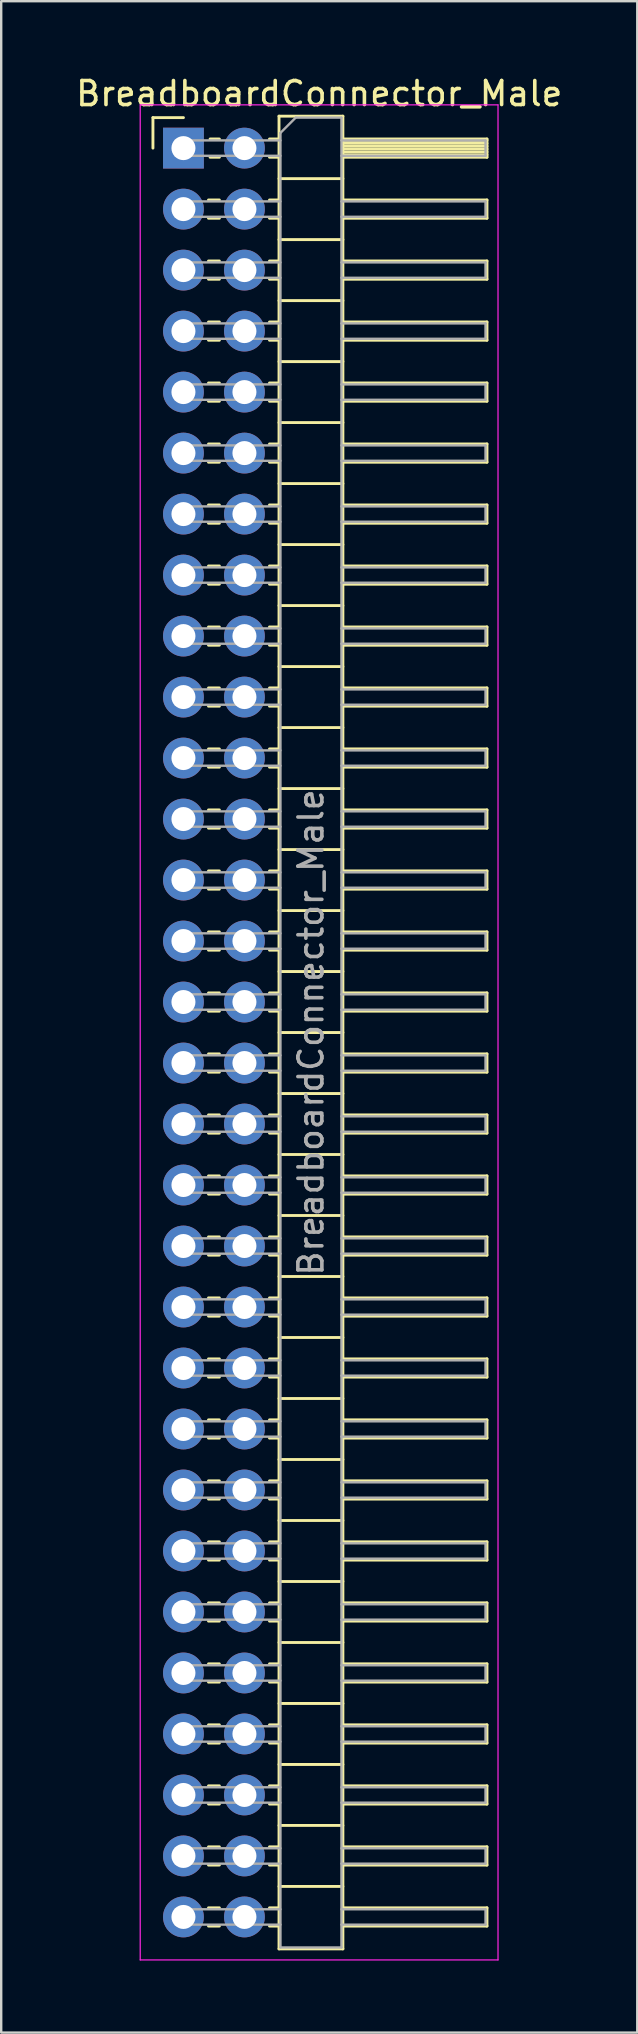
<source format=kicad_pcb>
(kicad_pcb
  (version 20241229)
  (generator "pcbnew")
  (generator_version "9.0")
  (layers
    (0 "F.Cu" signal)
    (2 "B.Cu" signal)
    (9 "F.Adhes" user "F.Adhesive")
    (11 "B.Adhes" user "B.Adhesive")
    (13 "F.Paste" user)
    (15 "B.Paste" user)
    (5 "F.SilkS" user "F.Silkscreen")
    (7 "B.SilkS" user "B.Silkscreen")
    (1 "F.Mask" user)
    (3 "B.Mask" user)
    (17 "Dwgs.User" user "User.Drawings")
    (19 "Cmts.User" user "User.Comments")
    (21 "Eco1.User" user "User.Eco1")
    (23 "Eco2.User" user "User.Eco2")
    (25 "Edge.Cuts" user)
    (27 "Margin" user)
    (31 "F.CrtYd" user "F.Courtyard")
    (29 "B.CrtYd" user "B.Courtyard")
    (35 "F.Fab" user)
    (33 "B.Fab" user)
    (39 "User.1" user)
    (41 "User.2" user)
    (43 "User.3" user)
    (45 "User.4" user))
  (footprint "BreadboardConnector_Male"
    (layer "F.Cu")
    (at 4.589 3.118)
    (property "Reference" "BreadboardConnector_Male" (at 5.655 -2.27 0) (layer "F.SilkS") (effects (font (size 1 1) (thickness 0.15))))
    (attr through_hole)
    (fp_line (start -1.27 -1.27) (end 0 -1.27) (stroke (width 0.12) (type solid)) (layer "F.SilkS"))
    (fp_line (start -1.27 0) (end -1.27 -1.27) (stroke (width 0.12) (type solid)) (layer "F.SilkS"))
    (fp_line (start 1.043 2.16) (end 1.497 2.16) (stroke (width 0.12) (type solid)) (layer "F.SilkS"))
    (fp_line (start 1.043 2.92) (end 1.497 2.92) (stroke (width 0.12) (type solid)) (layer "F.SilkS"))
    (fp_line (start 1.043 4.7) (end 1.497 4.7) (stroke (width 0.12) (type solid)) (layer "F.SilkS"))
    (fp_line (start 1.043 5.46) (end 1.497 5.46) (stroke (width 0.12) (type solid)) (layer "F.SilkS"))
    (fp_line (start 1.043 7.24) (end 1.497 7.24) (stroke (width 0.12) (type solid)) (layer "F.SilkS"))
    (fp_line (start 1.043 8) (end 1.497 8) (stroke (width 0.12) (type solid)) (layer "F.SilkS"))
    (fp_line (start 1.043 9.78) (end 1.497 9.78) (stroke (width 0.12) (type solid)) (layer "F.SilkS"))
    (fp_line (start 1.043 10.54) (end 1.497 10.54) (stroke (width 0.12) (type solid)) (layer "F.SilkS"))
    (fp_line (start 1.043 12.32) (end 1.497 12.32) (stroke (width 0.12) (type solid)) (layer "F.SilkS"))
    (fp_line (start 1.043 13.08) (end 1.497 13.08) (stroke (width 0.12) (type solid)) (layer "F.SilkS"))
    (fp_line (start 1.043 14.86) (end 1.497 14.86) (stroke (width 0.12) (type solid)) (layer "F.SilkS"))
    (fp_line (start 1.043 15.62) (end 1.497 15.62) (stroke (width 0.12) (type solid)) (layer "F.SilkS"))
    (fp_line (start 1.043 17.4) (end 1.497 17.4) (stroke (width 0.12) (type solid)) (layer "F.SilkS"))
    (fp_line (start 1.043 18.16) (end 1.497 18.16) (stroke (width 0.12) (type solid)) (layer "F.SilkS"))
    (fp_line (start 1.043 19.94) (end 1.497 19.94) (stroke (width 0.12) (type solid)) (layer "F.SilkS"))
    (fp_line (start 1.043 20.7) (end 1.497 20.7) (stroke (width 0.12) (type solid)) (layer "F.SilkS"))
    (fp_line (start 1.043 22.48) (end 1.497 22.48) (stroke (width 0.12) (type solid)) (layer "F.SilkS"))
    (fp_line (start 1.043 23.24) (end 1.497 23.24) (stroke (width 0.12) (type solid)) (layer "F.SilkS"))
    (fp_line (start 1.043 25.02) (end 1.497 25.02) (stroke (width 0.12) (type solid)) (layer "F.SilkS"))
    (fp_line (start 1.043 25.78) (end 1.497 25.78) (stroke (width 0.12) (type solid)) (layer "F.SilkS"))
    (fp_line (start 1.043 27.56) (end 1.497 27.56) (stroke (width 0.12) (type solid)) (layer "F.SilkS"))
    (fp_line (start 1.043 28.32) (end 1.497 28.32) (stroke (width 0.12) (type solid)) (layer "F.SilkS"))
    (fp_line (start 1.043 30.1) (end 1.497 30.1) (stroke (width 0.12) (type solid)) (layer "F.SilkS"))
    (fp_line (start 1.043 30.86) (end 1.497 30.86) (stroke (width 0.12) (type solid)) (layer "F.SilkS"))
    (fp_line (start 1.043 32.64) (end 1.497 32.64) (stroke (width 0.12) (type solid)) (layer "F.SilkS"))
    (fp_line (start 1.043 33.4) (end 1.497 33.4) (stroke (width 0.12) (type solid)) (layer "F.SilkS"))
    (fp_line (start 1.043 35.18) (end 1.497 35.18) (stroke (width 0.12) (type solid)) (layer "F.SilkS"))
    (fp_line (start 1.043 35.94) (end 1.497 35.94) (stroke (width 0.12) (type solid)) (layer "F.SilkS"))
    (fp_line (start 1.043 37.72) (end 1.497 37.72) (stroke (width 0.12) (type solid)) (layer "F.SilkS"))
    (fp_line (start 1.043 38.48) (end 1.497 38.48) (stroke (width 0.12) (type solid)) (layer "F.SilkS"))
    (fp_line (start 1.043 40.26) (end 1.497 40.26) (stroke (width 0.12) (type solid)) (layer "F.SilkS"))
    (fp_line (start 1.043 41.02) (end 1.497 41.02) (stroke (width 0.12) (type solid)) (layer "F.SilkS"))
    (fp_line (start 1.043 42.8) (end 1.497 42.8) (stroke (width 0.12) (type solid)) (layer "F.SilkS"))
    (fp_line (start 1.043 43.56) (end 1.497 43.56) (stroke (width 0.12) (type solid)) (layer "F.SilkS"))
    (fp_line (start 1.043 45.34) (end 1.497 45.34) (stroke (width 0.12) (type solid)) (layer "F.SilkS"))
    (fp_line (start 1.043 46.1) (end 1.497 46.1) (stroke (width 0.12) (type solid)) (layer "F.SilkS"))
    (fp_line (start 1.043 47.88) (end 1.497 47.88) (stroke (width 0.12) (type solid)) (layer "F.SilkS"))
    (fp_line (start 1.043 48.64) (end 1.497 48.64) (stroke (width 0.12) (type solid)) (layer "F.SilkS"))
    (fp_line (start 1.043 50.42) (end 1.497 50.42) (stroke (width 0.12) (type solid)) (layer "F.SilkS"))
    (fp_line (start 1.043 51.18) (end 1.497 51.18) (stroke (width 0.12) (type solid)) (layer "F.SilkS"))
    (fp_line (start 1.043 52.96) (end 1.497 52.96) (stroke (width 0.12) (type solid)) (layer "F.SilkS"))
    (fp_line (start 1.043 53.72) (end 1.497 53.72) (stroke (width 0.12) (type solid)) (layer "F.SilkS"))
    (fp_line (start 1.043 55.5) (end 1.497 55.5) (stroke (width 0.12) (type solid)) (layer "F.SilkS"))
    (fp_line (start 1.043 56.26) (end 1.497 56.26) (stroke (width 0.12) (type solid)) (layer "F.SilkS"))
    (fp_line (start 1.043 58.04) (end 1.497 58.04) (stroke (width 0.12) (type solid)) (layer "F.SilkS"))
    (fp_line (start 1.043 58.8) (end 1.497 58.8) (stroke (width 0.12) (type solid)) (layer "F.SilkS"))
    (fp_line (start 1.043 60.58) (end 1.497 60.58) (stroke (width 0.12) (type solid)) (layer "F.SilkS"))
    (fp_line (start 1.043 61.34) (end 1.497 61.34) (stroke (width 0.12) (type solid)) (layer "F.SilkS"))
    (fp_line (start 1.043 63.12) (end 1.497 63.12) (stroke (width 0.12) (type solid)) (layer "F.SilkS"))
    (fp_line (start 1.043 63.88) (end 1.497 63.88) (stroke (width 0.12) (type solid)) (layer "F.SilkS"))
    (fp_line (start 1.043 65.66) (end 1.497 65.66) (stroke (width 0.12) (type solid)) (layer "F.SilkS"))
    (fp_line (start 1.043 66.42) (end 1.497 66.42) (stroke (width 0.12) (type solid)) (layer "F.SilkS"))
    (fp_line (start 1.043 68.2) (end 1.497 68.2) (stroke (width 0.12) (type solid)) (layer "F.SilkS"))
    (fp_line (start 1.043 68.96) (end 1.497 68.96) (stroke (width 0.12) (type solid)) (layer "F.SilkS"))
    (fp_line (start 1.043 70.74) (end 1.497 70.74) (stroke (width 0.12) (type solid)) (layer "F.SilkS"))
    (fp_line (start 1.043 71.5) (end 1.497 71.5) (stroke (width 0.12) (type solid)) (layer "F.SilkS"))
    (fp_line (start 1.043 73.28) (end 1.497 73.28) (stroke (width 0.12) (type solid)) (layer "F.SilkS"))
    (fp_line (start 1.043 74.04) (end 1.497 74.04) (stroke (width 0.12) (type solid)) (layer "F.SilkS"))
    (fp_line (start 1.11 -0.38) (end 1.497 -0.38) (stroke (width 0.12) (type solid)) (layer "F.SilkS"))
    (fp_line (start 1.11 0.38) (end 1.497 0.38) (stroke (width 0.12) (type solid)) (layer "F.SilkS"))
    (fp_line (start 3.583 -0.38) (end 3.98 -0.38) (stroke (width 0.12) (type solid)) (layer "F.SilkS"))
    (fp_line (start 3.583 0.38) (end 3.98 0.38) (stroke (width 0.12) (type solid)) (layer "F.SilkS"))
    (fp_line (start 3.583 2.16) (end 3.98 2.16) (stroke (width 0.12) (type solid)) (layer "F.SilkS"))
    (fp_line (start 3.583 2.92) (end 3.98 2.92) (stroke (width 0.12) (type solid)) (layer "F.SilkS"))
    (fp_line (start 3.583 4.7) (end 3.98 4.7) (stroke (width 0.12) (type solid)) (layer "F.SilkS"))
    (fp_line (start 3.583 5.46) (end 3.98 5.46) (stroke (width 0.12) (type solid)) (layer "F.SilkS"))
    (fp_line (start 3.583 7.24) (end 3.98 7.24) (stroke (width 0.12) (type solid)) (layer "F.SilkS"))
    (fp_line (start 3.583 8) (end 3.98 8) (stroke (width 0.12) (type solid)) (layer "F.SilkS"))
    (fp_line (start 3.583 9.78) (end 3.98 9.78) (stroke (width 0.12) (type solid)) (layer "F.SilkS"))
    (fp_line (start 3.583 10.54) (end 3.98 10.54) (stroke (width 0.12) (type solid)) (layer "F.SilkS"))
    (fp_line (start 3.583 12.32) (end 3.98 12.32) (stroke (width 0.12) (type solid)) (layer "F.SilkS"))
    (fp_line (start 3.583 13.08) (end 3.98 13.08) (stroke (width 0.12) (type solid)) (layer "F.SilkS"))
    (fp_line (start 3.583 14.86) (end 3.98 14.86) (stroke (width 0.12) (type solid)) (layer "F.SilkS"))
    (fp_line (start 3.583 15.62) (end 3.98 15.62) (stroke (width 0.12) (type solid)) (layer "F.SilkS"))
    (fp_line (start 3.583 17.4) (end 3.98 17.4) (stroke (width 0.12) (type solid)) (layer "F.SilkS"))
    (fp_line (start 3.583 18.16) (end 3.98 18.16) (stroke (width 0.12) (type solid)) (layer "F.SilkS"))
    (fp_line (start 3.583 19.94) (end 3.98 19.94) (stroke (width 0.12) (type solid)) (layer "F.SilkS"))
    (fp_line (start 3.583 20.7) (end 3.98 20.7) (stroke (width 0.12) (type solid)) (layer "F.SilkS"))
    (fp_line (start 3.583 22.48) (end 3.98 22.48) (stroke (width 0.12) (type solid)) (layer "F.SilkS"))
    (fp_line (start 3.583 23.24) (end 3.98 23.24) (stroke (width 0.12) (type solid)) (layer "F.SilkS"))
    (fp_line (start 3.583 25.02) (end 3.98 25.02) (stroke (width 0.12) (type solid)) (layer "F.SilkS"))
    (fp_line (start 3.583 25.78) (end 3.98 25.78) (stroke (width 0.12) (type solid)) (layer "F.SilkS"))
    (fp_line (start 3.583 27.56) (end 3.98 27.56) (stroke (width 0.12) (type solid)) (layer "F.SilkS"))
    (fp_line (start 3.583 28.32) (end 3.98 28.32) (stroke (width 0.12) (type solid)) (layer "F.SilkS"))
    (fp_line (start 3.583 30.1) (end 3.98 30.1) (stroke (width 0.12) (type solid)) (layer "F.SilkS"))
    (fp_line (start 3.583 30.86) (end 3.98 30.86) (stroke (width 0.12) (type solid)) (layer "F.SilkS"))
    (fp_line (start 3.583 32.64) (end 3.98 32.64) (stroke (width 0.12) (type solid)) (layer "F.SilkS"))
    (fp_line (start 3.583 33.4) (end 3.98 33.4) (stroke (width 0.12) (type solid)) (layer "F.SilkS"))
    (fp_line (start 3.583 35.18) (end 3.98 35.18) (stroke (width 0.12) (type solid)) (layer "F.SilkS"))
    (fp_line (start 3.583 35.94) (end 3.98 35.94) (stroke (width 0.12) (type solid)) (layer "F.SilkS"))
    (fp_line (start 3.583 37.72) (end 3.98 37.72) (stroke (width 0.12) (type solid)) (layer "F.SilkS"))
    (fp_line (start 3.583 38.48) (end 3.98 38.48) (stroke (width 0.12) (type solid)) (layer "F.SilkS"))
    (fp_line (start 3.583 40.26) (end 3.98 40.26) (stroke (width 0.12) (type solid)) (layer "F.SilkS"))
    (fp_line (start 3.583 41.02) (end 3.98 41.02) (stroke (width 0.12) (type solid)) (layer "F.SilkS"))
    (fp_line (start 3.583 42.8) (end 3.98 42.8) (stroke (width 0.12) (type solid)) (layer "F.SilkS"))
    (fp_line (start 3.583 43.56) (end 3.98 43.56) (stroke (width 0.12) (type solid)) (layer "F.SilkS"))
    (fp_line (start 3.583 45.34) (end 3.98 45.34) (stroke (width 0.12) (type solid)) (layer "F.SilkS"))
    (fp_line (start 3.583 46.1) (end 3.98 46.1) (stroke (width 0.12) (type solid)) (layer "F.SilkS"))
    (fp_line (start 3.583 47.88) (end 3.98 47.88) (stroke (width 0.12) (type solid)) (layer "F.SilkS"))
    (fp_line (start 3.583 48.64) (end 3.98 48.64) (stroke (width 0.12) (type solid)) (layer "F.SilkS"))
    (fp_line (start 3.583 50.42) (end 3.98 50.42) (stroke (width 0.12) (type solid)) (layer "F.SilkS"))
    (fp_line (start 3.583 51.18) (end 3.98 51.18) (stroke (width 0.12) (type solid)) (layer "F.SilkS"))
    (fp_line (start 3.583 52.96) (end 3.98 52.96) (stroke (width 0.12) (type solid)) (layer "F.SilkS"))
    (fp_line (start 3.583 53.72) (end 3.98 53.72) (stroke (width 0.12) (type solid)) (layer "F.SilkS"))
    (fp_line (start 3.583 55.5) (end 3.98 55.5) (stroke (width 0.12) (type solid)) (layer "F.SilkS"))
    (fp_line (start 3.583 56.26) (end 3.98 56.26) (stroke (width 0.12) (type solid)) (layer "F.SilkS"))
    (fp_line (start 3.583 58.04) (end 3.98 58.04) (stroke (width 0.12) (type solid)) (layer "F.SilkS"))
    (fp_line (start 3.583 58.8) (end 3.98 58.8) (stroke (width 0.12) (type solid)) (layer "F.SilkS"))
    (fp_line (start 3.583 60.58) (end 3.98 60.58) (stroke (width 0.12) (type solid)) (layer "F.SilkS"))
    (fp_line (start 3.583 61.34) (end 3.98 61.34) (stroke (width 0.12) (type solid)) (layer "F.SilkS"))
    (fp_line (start 3.583 63.12) (end 3.98 63.12) (stroke (width 0.12) (type solid)) (layer "F.SilkS"))
    (fp_line (start 3.583 63.88) (end 3.98 63.88) (stroke (width 0.12) (type solid)) (layer "F.SilkS"))
    (fp_line (start 3.583 65.66) (end 3.98 65.66) (stroke (width 0.12) (type solid)) (layer "F.SilkS"))
    (fp_line (start 3.583 66.42) (end 3.98 66.42) (stroke (width 0.12) (type solid)) (layer "F.SilkS"))
    (fp_line (start 3.583 68.2) (end 3.98 68.2) (stroke (width 0.12) (type solid)) (layer "F.SilkS"))
    (fp_line (start 3.583 68.96) (end 3.98 68.96) (stroke (width 0.12) (type solid)) (layer "F.SilkS"))
    (fp_line (start 3.583 70.74) (end 3.98 70.74) (stroke (width 0.12) (type solid)) (layer "F.SilkS"))
    (fp_line (start 3.583 71.5) (end 3.98 71.5) (stroke (width 0.12) (type solid)) (layer "F.SilkS"))
    (fp_line (start 3.583 73.28) (end 3.98 73.28) (stroke (width 0.12) (type solid)) (layer "F.SilkS"))
    (fp_line (start 3.583 74.04) (end 3.98 74.04) (stroke (width 0.12) (type solid)) (layer "F.SilkS"))
    (fp_line (start 3.98 -1.33) (end 3.98 74.99) (stroke (width 0.12) (type solid)) (layer "F.SilkS"))
    (fp_line (start 3.98 1.27) (end 6.64 1.27) (stroke (width 0.12) (type solid)) (layer "F.SilkS"))
    (fp_line (start 3.98 3.81) (end 6.64 3.81) (stroke (width 0.12) (type solid)) (layer "F.SilkS"))
    (fp_line (start 3.98 6.35) (end 6.64 6.35) (stroke (width 0.12) (type solid)) (layer "F.SilkS"))
    (fp_line (start 3.98 8.89) (end 6.64 8.89) (stroke (width 0.12) (type solid)) (layer "F.SilkS"))
    (fp_line (start 3.98 11.43) (end 6.64 11.43) (stroke (width 0.12) (type solid)) (layer "F.SilkS"))
    (fp_line (start 3.98 13.97) (end 6.64 13.97) (stroke (width 0.12) (type solid)) (layer "F.SilkS"))
    (fp_line (start 3.98 16.51) (end 6.64 16.51) (stroke (width 0.12) (type solid)) (layer "F.SilkS"))
    (fp_line (start 3.98 19.05) (end 6.64 19.05) (stroke (width 0.12) (type solid)) (layer "F.SilkS"))
    (fp_line (start 3.98 21.59) (end 6.64 21.59) (stroke (width 0.12) (type solid)) (layer "F.SilkS"))
    (fp_line (start 3.98 24.13) (end 6.64 24.13) (stroke (width 0.12) (type solid)) (layer "F.SilkS"))
    (fp_line (start 3.98 26.67) (end 6.64 26.67) (stroke (width 0.12) (type solid)) (layer "F.SilkS"))
    (fp_line (start 3.98 29.21) (end 6.64 29.21) (stroke (width 0.12) (type solid)) (layer "F.SilkS"))
    (fp_line (start 3.98 31.75) (end 6.64 31.75) (stroke (width 0.12) (type solid)) (layer "F.SilkS"))
    (fp_line (start 3.98 34.29) (end 6.64 34.29) (stroke (width 0.12) (type solid)) (layer "F.SilkS"))
    (fp_line (start 3.98 36.83) (end 6.64 36.83) (stroke (width 0.12) (type solid)) (layer "F.SilkS"))
    (fp_line (start 3.98 39.37) (end 6.64 39.37) (stroke (width 0.12) (type solid)) (layer "F.SilkS"))
    (fp_line (start 3.98 41.91) (end 6.64 41.91) (stroke (width 0.12) (type solid)) (layer "F.SilkS"))
    (fp_line (start 3.98 44.45) (end 6.64 44.45) (stroke (width 0.12) (type solid)) (layer "F.SilkS"))
    (fp_line (start 3.98 46.99) (end 6.64 46.99) (stroke (width 0.12) (type solid)) (layer "F.SilkS"))
    (fp_line (start 3.98 49.53) (end 6.64 49.53) (stroke (width 0.12) (type solid)) (layer "F.SilkS"))
    (fp_line (start 3.98 52.07) (end 6.64 52.07) (stroke (width 0.12) (type solid)) (layer "F.SilkS"))
    (fp_line (start 3.98 54.61) (end 6.64 54.61) (stroke (width 0.12) (type solid)) (layer "F.SilkS"))
    (fp_line (start 3.98 57.15) (end 6.64 57.15) (stroke (width 0.12) (type solid)) (layer "F.SilkS"))
    (fp_line (start 3.98 59.69) (end 6.64 59.69) (stroke (width 0.12) (type solid)) (layer "F.SilkS"))
    (fp_line (start 3.98 62.23) (end 6.64 62.23) (stroke (width 0.12) (type solid)) (layer "F.SilkS"))
    (fp_line (start 3.98 64.77) (end 6.64 64.77) (stroke (width 0.12) (type solid)) (layer "F.SilkS"))
    (fp_line (start 3.98 67.31) (end 6.64 67.31) (stroke (width 0.12) (type solid)) (layer "F.SilkS"))
    (fp_line (start 3.98 69.85) (end 6.64 69.85) (stroke (width 0.12) (type solid)) (layer "F.SilkS"))
    (fp_line (start 3.98 72.39) (end 6.64 72.39) (stroke (width 0.12) (type solid)) (layer "F.SilkS"))
    (fp_line (start 3.98 74.99) (end 6.64 74.99) (stroke (width 0.12) (type solid)) (layer "F.SilkS"))
    (fp_line (start 6.64 -1.33) (end 3.98 -1.33) (stroke (width 0.12) (type solid)) (layer "F.SilkS"))
    (fp_line (start 6.64 -0.38) (end 12.64 -0.38) (stroke (width 0.12) (type solid)) (layer "F.SilkS"))
    (fp_line (start 6.64 -0.32) (end 12.64 -0.32) (stroke (width 0.12) (type solid)) (layer "F.SilkS"))
    (fp_line (start 6.64 -0.2) (end 12.64 -0.2) (stroke (width 0.12) (type solid)) (layer "F.SilkS"))
    (fp_line (start 6.64 -0.08) (end 12.64 -0.08) (stroke (width 0.12) (type solid)) (layer "F.SilkS"))
    (fp_line (start 6.64 0.04) (end 12.64 0.04) (stroke (width 0.12) (type solid)) (layer "F.SilkS"))
    (fp_line (start 6.64 0.16) (end 12.64 0.16) (stroke (width 0.12) (type solid)) (layer "F.SilkS"))
    (fp_line (start 6.64 0.28) (end 12.64 0.28) (stroke (width 0.12) (type solid)) (layer "F.SilkS"))
    (fp_line (start 6.64 2.16) (end 12.64 2.16) (stroke (width 0.12) (type solid)) (layer "F.SilkS"))
    (fp_line (start 6.64 4.7) (end 12.64 4.7) (stroke (width 0.12) (type solid)) (layer "F.SilkS"))
    (fp_line (start 6.64 7.24) (end 12.64 7.24) (stroke (width 0.12) (type solid)) (layer "F.SilkS"))
    (fp_line (start 6.64 9.78) (end 12.64 9.78) (stroke (width 0.12) (type solid)) (layer "F.SilkS"))
    (fp_line (start 6.64 12.32) (end 12.64 12.32) (stroke (width 0.12) (type solid)) (layer "F.SilkS"))
    (fp_line (start 6.64 14.86) (end 12.64 14.86) (stroke (width 0.12) (type solid)) (layer "F.SilkS"))
    (fp_line (start 6.64 17.4) (end 12.64 17.4) (stroke (width 0.12) (type solid)) (layer "F.SilkS"))
    (fp_line (start 6.64 19.94) (end 12.64 19.94) (stroke (width 0.12) (type solid)) (layer "F.SilkS"))
    (fp_line (start 6.64 22.48) (end 12.64 22.48) (stroke (width 0.12) (type solid)) (layer "F.SilkS"))
    (fp_line (start 6.64 25.02) (end 12.64 25.02) (stroke (width 0.12) (type solid)) (layer "F.SilkS"))
    (fp_line (start 6.64 27.56) (end 12.64 27.56) (stroke (width 0.12) (type solid)) (layer "F.SilkS"))
    (fp_line (start 6.64 30.1) (end 12.64 30.1) (stroke (width 0.12) (type solid)) (layer "F.SilkS"))
    (fp_line (start 6.64 32.64) (end 12.64 32.64) (stroke (width 0.12) (type solid)) (layer "F.SilkS"))
    (fp_line (start 6.64 35.18) (end 12.64 35.18) (stroke (width 0.12) (type solid)) (layer "F.SilkS"))
    (fp_line (start 6.64 37.72) (end 12.64 37.72) (stroke (width 0.12) (type solid)) (layer "F.SilkS"))
    (fp_line (start 6.64 40.26) (end 12.64 40.26) (stroke (width 0.12) (type solid)) (layer "F.SilkS"))
    (fp_line (start 6.64 42.8) (end 12.64 42.8) (stroke (width 0.12) (type solid)) (layer "F.SilkS"))
    (fp_line (start 6.64 45.34) (end 12.64 45.34) (stroke (width 0.12) (type solid)) (layer "F.SilkS"))
    (fp_line (start 6.64 47.88) (end 12.64 47.88) (stroke (width 0.12) (type solid)) (layer "F.SilkS"))
    (fp_line (start 6.64 50.42) (end 12.64 50.42) (stroke (width 0.12) (type solid)) (layer "F.SilkS"))
    (fp_line (start 6.64 52.96) (end 12.64 52.96) (stroke (width 0.12) (type solid)) (layer "F.SilkS"))
    (fp_line (start 6.64 55.5) (end 12.64 55.5) (stroke (width 0.12) (type solid)) (layer "F.SilkS"))
    (fp_line (start 6.64 58.04) (end 12.64 58.04) (stroke (width 0.12) (type solid)) (layer "F.SilkS"))
    (fp_line (start 6.64 60.58) (end 12.64 60.58) (stroke (width 0.12) (type solid)) (layer "F.SilkS"))
    (fp_line (start 6.64 63.12) (end 12.64 63.12) (stroke (width 0.12) (type solid)) (layer "F.SilkS"))
    (fp_line (start 6.64 65.66) (end 12.64 65.66) (stroke (width 0.12) (type solid)) (layer "F.SilkS"))
    (fp_line (start 6.64 68.2) (end 12.64 68.2) (stroke (width 0.12) (type solid)) (layer "F.SilkS"))
    (fp_line (start 6.64 70.74) (end 12.64 70.74) (stroke (width 0.12) (type solid)) (layer "F.SilkS"))
    (fp_line (start 6.64 73.28) (end 12.64 73.28) (stroke (width 0.12) (type solid)) (layer "F.SilkS"))
    (fp_line (start 6.64 74.99) (end 6.64 -1.33) (stroke (width 0.12) (type solid)) (layer "F.SilkS"))
    (fp_line (start 12.64 -0.38) (end 12.64 0.38) (stroke (width 0.12) (type solid)) (layer "F.SilkS"))
    (fp_line (start 12.64 0.38) (end 6.64 0.38) (stroke (width 0.12) (type solid)) (layer "F.SilkS"))
    (fp_line (start 12.64 2.16) (end 12.64 2.92) (stroke (width 0.12) (type solid)) (layer "F.SilkS"))
    (fp_line (start 12.64 2.92) (end 6.64 2.92) (stroke (width 0.12) (type solid)) (layer "F.SilkS"))
    (fp_line (start 12.64 4.7) (end 12.64 5.46) (stroke (width 0.12) (type solid)) (layer "F.SilkS"))
    (fp_line (start 12.64 5.46) (end 6.64 5.46) (stroke (width 0.12) (type solid)) (layer "F.SilkS"))
    (fp_line (start 12.64 7.24) (end 12.64 8) (stroke (width 0.12) (type solid)) (layer "F.SilkS"))
    (fp_line (start 12.64 8) (end 6.64 8) (stroke (width 0.12) (type solid)) (layer "F.SilkS"))
    (fp_line (start 12.64 9.78) (end 12.64 10.54) (stroke (width 0.12) (type solid)) (layer "F.SilkS"))
    (fp_line (start 12.64 10.54) (end 6.64 10.54) (stroke (width 0.12) (type solid)) (layer "F.SilkS"))
    (fp_line (start 12.64 12.32) (end 12.64 13.08) (stroke (width 0.12) (type solid)) (layer "F.SilkS"))
    (fp_line (start 12.64 13.08) (end 6.64 13.08) (stroke (width 0.12) (type solid)) (layer "F.SilkS"))
    (fp_line (start 12.64 14.86) (end 12.64 15.62) (stroke (width 0.12) (type solid)) (layer "F.SilkS"))
    (fp_line (start 12.64 15.62) (end 6.64 15.62) (stroke (width 0.12) (type solid)) (layer "F.SilkS"))
    (fp_line (start 12.64 17.4) (end 12.64 18.16) (stroke (width 0.12) (type solid)) (layer "F.SilkS"))
    (fp_line (start 12.64 18.16) (end 6.64 18.16) (stroke (width 0.12) (type solid)) (layer "F.SilkS"))
    (fp_line (start 12.64 19.94) (end 12.64 20.7) (stroke (width 0.12) (type solid)) (layer "F.SilkS"))
    (fp_line (start 12.64 20.7) (end 6.64 20.7) (stroke (width 0.12) (type solid)) (layer "F.SilkS"))
    (fp_line (start 12.64 22.48) (end 12.64 23.24) (stroke (width 0.12) (type solid)) (layer "F.SilkS"))
    (fp_line (start 12.64 23.24) (end 6.64 23.24) (stroke (width 0.12) (type solid)) (layer "F.SilkS"))
    (fp_line (start 12.64 25.02) (end 12.64 25.78) (stroke (width 0.12) (type solid)) (layer "F.SilkS"))
    (fp_line (start 12.64 25.78) (end 6.64 25.78) (stroke (width 0.12) (type solid)) (layer "F.SilkS"))
    (fp_line (start 12.64 27.56) (end 12.64 28.32) (stroke (width 0.12) (type solid)) (layer "F.SilkS"))
    (fp_line (start 12.64 28.32) (end 6.64 28.32) (stroke (width 0.12) (type solid)) (layer "F.SilkS"))
    (fp_line (start 12.64 30.1) (end 12.64 30.86) (stroke (width 0.12) (type solid)) (layer "F.SilkS"))
    (fp_line (start 12.64 30.86) (end 6.64 30.86) (stroke (width 0.12) (type solid)) (layer "F.SilkS"))
    (fp_line (start 12.64 32.64) (end 12.64 33.4) (stroke (width 0.12) (type solid)) (layer "F.SilkS"))
    (fp_line (start 12.64 33.4) (end 6.64 33.4) (stroke (width 0.12) (type solid)) (layer "F.SilkS"))
    (fp_line (start 12.64 35.18) (end 12.64 35.94) (stroke (width 0.12) (type solid)) (layer "F.SilkS"))
    (fp_line (start 12.64 35.94) (end 6.64 35.94) (stroke (width 0.12) (type solid)) (layer "F.SilkS"))
    (fp_line (start 12.64 37.72) (end 12.64 38.48) (stroke (width 0.12) (type solid)) (layer "F.SilkS"))
    (fp_line (start 12.64 38.48) (end 6.64 38.48) (stroke (width 0.12) (type solid)) (layer "F.SilkS"))
    (fp_line (start 12.64 40.26) (end 12.64 41.02) (stroke (width 0.12) (type solid)) (layer "F.SilkS"))
    (fp_line (start 12.64 41.02) (end 6.64 41.02) (stroke (width 0.12) (type solid)) (layer "F.SilkS"))
    (fp_line (start 12.64 42.8) (end 12.64 43.56) (stroke (width 0.12) (type solid)) (layer "F.SilkS"))
    (fp_line (start 12.64 43.56) (end 6.64 43.56) (stroke (width 0.12) (type solid)) (layer "F.SilkS"))
    (fp_line (start 12.64 45.34) (end 12.64 46.1) (stroke (width 0.12) (type solid)) (layer "F.SilkS"))
    (fp_line (start 12.64 46.1) (end 6.64 46.1) (stroke (width 0.12) (type solid)) (layer "F.SilkS"))
    (fp_line (start 12.64 47.88) (end 12.64 48.64) (stroke (width 0.12) (type solid)) (layer "F.SilkS"))
    (fp_line (start 12.64 48.64) (end 6.64 48.64) (stroke (width 0.12) (type solid)) (layer "F.SilkS"))
    (fp_line (start 12.64 50.42) (end 12.64 51.18) (stroke (width 0.12) (type solid)) (layer "F.SilkS"))
    (fp_line (start 12.64 51.18) (end 6.64 51.18) (stroke (width 0.12) (type solid)) (layer "F.SilkS"))
    (fp_line (start 12.64 52.96) (end 12.64 53.72) (stroke (width 0.12) (type solid)) (layer "F.SilkS"))
    (fp_line (start 12.64 53.72) (end 6.64 53.72) (stroke (width 0.12) (type solid)) (layer "F.SilkS"))
    (fp_line (start 12.64 55.5) (end 12.64 56.26) (stroke (width 0.12) (type solid)) (layer "F.SilkS"))
    (fp_line (start 12.64 56.26) (end 6.64 56.26) (stroke (width 0.12) (type solid)) (layer "F.SilkS"))
    (fp_line (start 12.64 58.04) (end 12.64 58.8) (stroke (width 0.12) (type solid)) (layer "F.SilkS"))
    (fp_line (start 12.64 58.8) (end 6.64 58.8) (stroke (width 0.12) (type solid)) (layer "F.SilkS"))
    (fp_line (start 12.64 60.58) (end 12.64 61.34) (stroke (width 0.12) (type solid)) (layer "F.SilkS"))
    (fp_line (start 12.64 61.34) (end 6.64 61.34) (stroke (width 0.12) (type solid)) (layer "F.SilkS"))
    (fp_line (start 12.64 63.12) (end 12.64 63.88) (stroke (width 0.12) (type solid)) (layer "F.SilkS"))
    (fp_line (start 12.64 63.88) (end 6.64 63.88) (stroke (width 0.12) (type solid)) (layer "F.SilkS"))
    (fp_line (start 12.64 65.66) (end 12.64 66.42) (stroke (width 0.12) (type solid)) (layer "F.SilkS"))
    (fp_line (start 12.64 66.42) (end 6.64 66.42) (stroke (width 0.12) (type solid)) (layer "F.SilkS"))
    (fp_line (start 12.64 68.2) (end 12.64 68.96) (stroke (width 0.12) (type solid)) (layer "F.SilkS"))
    (fp_line (start 12.64 68.96) (end 6.64 68.96) (stroke (width 0.12) (type solid)) (layer "F.SilkS"))
    (fp_line (start 12.64 70.74) (end 12.64 71.5) (stroke (width 0.12) (type solid)) (layer "F.SilkS"))
    (fp_line (start 12.64 71.5) (end 6.64 71.5) (stroke (width 0.12) (type solid)) (layer "F.SilkS"))
    (fp_line (start 12.64 73.28) (end 12.64 74.04) (stroke (width 0.12) (type solid)) (layer "F.SilkS"))
    (fp_line (start 12.64 74.04) (end 6.64 74.04) (stroke (width 0.12) (type solid)) (layer "F.SilkS"))
    (fp_line (start -1.8 -1.8) (end -1.8 75.45) (stroke (width 0.05) (type solid)) (layer "F.CrtYd"))
    (fp_line (start -1.8 75.45) (end 13.1 75.45) (stroke (width 0.05) (type solid)) (layer "F.CrtYd"))
    (fp_line (start 13.1 -1.8) (end -1.8 -1.8) (stroke (width 0.05) (type solid)) (layer "F.CrtYd"))
    (fp_line (start 13.1 75.45) (end 13.1 -1.8) (stroke (width 0.05) (type solid)) (layer "F.CrtYd"))
    (fp_line (start -0.32 -0.32) (end -0.32 0.32) (stroke (width 0.1) (type solid)) (layer "F.Fab"))
    (fp_line (start -0.32 -0.32) (end 4.04 -0.32) (stroke (width 0.1) (type solid)) (layer "F.Fab"))
    (fp_line (start -0.32 0.32) (end 4.04 0.32) (stroke (width 0.1) (type solid)) (layer "F.Fab"))
    (fp_line (start -0.32 2.22) (end -0.32 2.86) (stroke (width 0.1) (type solid)) (layer "F.Fab"))
    (fp_line (start -0.32 2.22) (end 4.04 2.22) (stroke (width 0.1) (type solid)) (layer "F.Fab"))
    (fp_line (start -0.32 2.86) (end 4.04 2.86) (stroke (width 0.1) (type solid)) (layer "F.Fab"))
    (fp_line (start -0.32 4.76) (end -0.32 5.4) (stroke (width 0.1) (type solid)) (layer "F.Fab"))
    (fp_line (start -0.32 4.76) (end 4.04 4.76) (stroke (width 0.1) (type solid)) (layer "F.Fab"))
    (fp_line (start -0.32 5.4) (end 4.04 5.4) (stroke (width 0.1) (type solid)) (layer "F.Fab"))
    (fp_line (start -0.32 7.3) (end -0.32 7.94) (stroke (width 0.1) (type solid)) (layer "F.Fab"))
    (fp_line (start -0.32 7.3) (end 4.04 7.3) (stroke (width 0.1) (type solid)) (layer "F.Fab"))
    (fp_line (start -0.32 7.94) (end 4.04 7.94) (stroke (width 0.1) (type solid)) (layer "F.Fab"))
    (fp_line (start -0.32 9.84) (end -0.32 10.48) (stroke (width 0.1) (type solid)) (layer "F.Fab"))
    (fp_line (start -0.32 9.84) (end 4.04 9.84) (stroke (width 0.1) (type solid)) (layer "F.Fab"))
    (fp_line (start -0.32 10.48) (end 4.04 10.48) (stroke (width 0.1) (type solid)) (layer "F.Fab"))
    (fp_line (start -0.32 12.38) (end -0.32 13.02) (stroke (width 0.1) (type solid)) (layer "F.Fab"))
    (fp_line (start -0.32 12.38) (end 4.04 12.38) (stroke (width 0.1) (type solid)) (layer "F.Fab"))
    (fp_line (start -0.32 13.02) (end 4.04 13.02) (stroke (width 0.1) (type solid)) (layer "F.Fab"))
    (fp_line (start -0.32 14.92) (end -0.32 15.56) (stroke (width 0.1) (type solid)) (layer "F.Fab"))
    (fp_line (start -0.32 14.92) (end 4.04 14.92) (stroke (width 0.1) (type solid)) (layer "F.Fab"))
    (fp_line (start -0.32 15.56) (end 4.04 15.56) (stroke (width 0.1) (type solid)) (layer "F.Fab"))
    (fp_line (start -0.32 17.46) (end -0.32 18.1) (stroke (width 0.1) (type solid)) (layer "F.Fab"))
    (fp_line (start -0.32 17.46) (end 4.04 17.46) (stroke (width 0.1) (type solid)) (layer "F.Fab"))
    (fp_line (start -0.32 18.1) (end 4.04 18.1) (stroke (width 0.1) (type solid)) (layer "F.Fab"))
    (fp_line (start -0.32 20) (end -0.32 20.64) (stroke (width 0.1) (type solid)) (layer "F.Fab"))
    (fp_line (start -0.32 20) (end 4.04 20) (stroke (width 0.1) (type solid)) (layer "F.Fab"))
    (fp_line (start -0.32 20.64) (end 4.04 20.64) (stroke (width 0.1) (type solid)) (layer "F.Fab"))
    (fp_line (start -0.32 22.54) (end -0.32 23.18) (stroke (width 0.1) (type solid)) (layer "F.Fab"))
    (fp_line (start -0.32 22.54) (end 4.04 22.54) (stroke (width 0.1) (type solid)) (layer "F.Fab"))
    (fp_line (start -0.32 23.18) (end 4.04 23.18) (stroke (width 0.1) (type solid)) (layer "F.Fab"))
    (fp_line (start -0.32 25.08) (end -0.32 25.72) (stroke (width 0.1) (type solid)) (layer "F.Fab"))
    (fp_line (start -0.32 25.08) (end 4.04 25.08) (stroke (width 0.1) (type solid)) (layer "F.Fab"))
    (fp_line (start -0.32 25.72) (end 4.04 25.72) (stroke (width 0.1) (type solid)) (layer "F.Fab"))
    (fp_line (start -0.32 27.62) (end -0.32 28.26) (stroke (width 0.1) (type solid)) (layer "F.Fab"))
    (fp_line (start -0.32 27.62) (end 4.04 27.62) (stroke (width 0.1) (type solid)) (layer "F.Fab"))
    (fp_line (start -0.32 28.26) (end 4.04 28.26) (stroke (width 0.1) (type solid)) (layer "F.Fab"))
    (fp_line (start -0.32 30.16) (end -0.32 30.8) (stroke (width 0.1) (type solid)) (layer "F.Fab"))
    (fp_line (start -0.32 30.16) (end 4.04 30.16) (stroke (width 0.1) (type solid)) (layer "F.Fab"))
    (fp_line (start -0.32 30.8) (end 4.04 30.8) (stroke (width 0.1) (type solid)) (layer "F.Fab"))
    (fp_line (start -0.32 32.7) (end -0.32 33.34) (stroke (width 0.1) (type solid)) (layer "F.Fab"))
    (fp_line (start -0.32 32.7) (end 4.04 32.7) (stroke (width 0.1) (type solid)) (layer "F.Fab"))
    (fp_line (start -0.32 33.34) (end 4.04 33.34) (stroke (width 0.1) (type solid)) (layer "F.Fab"))
    (fp_line (start -0.32 35.24) (end -0.32 35.88) (stroke (width 0.1) (type solid)) (layer "F.Fab"))
    (fp_line (start -0.32 35.24) (end 4.04 35.24) (stroke (width 0.1) (type solid)) (layer "F.Fab"))
    (fp_line (start -0.32 35.88) (end 4.04 35.88) (stroke (width 0.1) (type solid)) (layer "F.Fab"))
    (fp_line (start -0.32 37.78) (end -0.32 38.42) (stroke (width 0.1) (type solid)) (layer "F.Fab"))
    (fp_line (start -0.32 37.78) (end 4.04 37.78) (stroke (width 0.1) (type solid)) (layer "F.Fab"))
    (fp_line (start -0.32 38.42) (end 4.04 38.42) (stroke (width 0.1) (type solid)) (layer "F.Fab"))
    (fp_line (start -0.32 40.32) (end -0.32 40.96) (stroke (width 0.1) (type solid)) (layer "F.Fab"))
    (fp_line (start -0.32 40.32) (end 4.04 40.32) (stroke (width 0.1) (type solid)) (layer "F.Fab"))
    (fp_line (start -0.32 40.96) (end 4.04 40.96) (stroke (width 0.1) (type solid)) (layer "F.Fab"))
    (fp_line (start -0.32 42.86) (end -0.32 43.5) (stroke (width 0.1) (type solid)) (layer "F.Fab"))
    (fp_line (start -0.32 42.86) (end 4.04 42.86) (stroke (width 0.1) (type solid)) (layer "F.Fab"))
    (fp_line (start -0.32 43.5) (end 4.04 43.5) (stroke (width 0.1) (type solid)) (layer "F.Fab"))
    (fp_line (start -0.32 45.4) (end -0.32 46.04) (stroke (width 0.1) (type solid)) (layer "F.Fab"))
    (fp_line (start -0.32 45.4) (end 4.04 45.4) (stroke (width 0.1) (type solid)) (layer "F.Fab"))
    (fp_line (start -0.32 46.04) (end 4.04 46.04) (stroke (width 0.1) (type solid)) (layer "F.Fab"))
    (fp_line (start -0.32 47.94) (end -0.32 48.58) (stroke (width 0.1) (type solid)) (layer "F.Fab"))
    (fp_line (start -0.32 47.94) (end 4.04 47.94) (stroke (width 0.1) (type solid)) (layer "F.Fab"))
    (fp_line (start -0.32 48.58) (end 4.04 48.58) (stroke (width 0.1) (type solid)) (layer "F.Fab"))
    (fp_line (start -0.32 50.48) (end -0.32 51.12) (stroke (width 0.1) (type solid)) (layer "F.Fab"))
    (fp_line (start -0.32 50.48) (end 4.04 50.48) (stroke (width 0.1) (type solid)) (layer "F.Fab"))
    (fp_line (start -0.32 51.12) (end 4.04 51.12) (stroke (width 0.1) (type solid)) (layer "F.Fab"))
    (fp_line (start -0.32 53.02) (end -0.32 53.66) (stroke (width 0.1) (type solid)) (layer "F.Fab"))
    (fp_line (start -0.32 53.02) (end 4.04 53.02) (stroke (width 0.1) (type solid)) (layer "F.Fab"))
    (fp_line (start -0.32 53.66) (end 4.04 53.66) (stroke (width 0.1) (type solid)) (layer "F.Fab"))
    (fp_line (start -0.32 55.56) (end -0.32 56.2) (stroke (width 0.1) (type solid)) (layer "F.Fab"))
    (fp_line (start -0.32 55.56) (end 4.04 55.56) (stroke (width 0.1) (type solid)) (layer "F.Fab"))
    (fp_line (start -0.32 56.2) (end 4.04 56.2) (stroke (width 0.1) (type solid)) (layer "F.Fab"))
    (fp_line (start -0.32 58.1) (end -0.32 58.74) (stroke (width 0.1) (type solid)) (layer "F.Fab"))
    (fp_line (start -0.32 58.1) (end 4.04 58.1) (stroke (width 0.1) (type solid)) (layer "F.Fab"))
    (fp_line (start -0.32 58.74) (end 4.04 58.74) (stroke (width 0.1) (type solid)) (layer "F.Fab"))
    (fp_line (start -0.32 60.64) (end -0.32 61.28) (stroke (width 0.1) (type solid)) (layer "F.Fab"))
    (fp_line (start -0.32 60.64) (end 4.04 60.64) (stroke (width 0.1) (type solid)) (layer "F.Fab"))
    (fp_line (start -0.32 61.28) (end 4.04 61.28) (stroke (width 0.1) (type solid)) (layer "F.Fab"))
    (fp_line (start -0.32 63.18) (end -0.32 63.82) (stroke (width 0.1) (type solid)) (layer "F.Fab"))
    (fp_line (start -0.32 63.18) (end 4.04 63.18) (stroke (width 0.1) (type solid)) (layer "F.Fab"))
    (fp_line (start -0.32 63.82) (end 4.04 63.82) (stroke (width 0.1) (type solid)) (layer "F.Fab"))
    (fp_line (start -0.32 65.72) (end -0.32 66.36) (stroke (width 0.1) (type solid)) (layer "F.Fab"))
    (fp_line (start -0.32 65.72) (end 4.04 65.72) (stroke (width 0.1) (type solid)) (layer "F.Fab"))
    (fp_line (start -0.32 66.36) (end 4.04 66.36) (stroke (width 0.1) (type solid)) (layer "F.Fab"))
    (fp_line (start -0.32 68.26) (end -0.32 68.9) (stroke (width 0.1) (type solid)) (layer "F.Fab"))
    (fp_line (start -0.32 68.26) (end 4.04 68.26) (stroke (width 0.1) (type solid)) (layer "F.Fab"))
    (fp_line (start -0.32 68.9) (end 4.04 68.9) (stroke (width 0.1) (type solid)) (layer "F.Fab"))
    (fp_line (start -0.32 70.8) (end -0.32 71.44) (stroke (width 0.1) (type solid)) (layer "F.Fab"))
    (fp_line (start -0.32 70.8) (end 4.04 70.8) (stroke (width 0.1) (type solid)) (layer "F.Fab"))
    (fp_line (start -0.32 71.44) (end 4.04 71.44) (stroke (width 0.1) (type solid)) (layer "F.Fab"))
    (fp_line (start -0.32 73.34) (end -0.32 73.98) (stroke (width 0.1) (type solid)) (layer "F.Fab"))
    (fp_line (start -0.32 73.34) (end 4.04 73.34) (stroke (width 0.1) (type solid)) (layer "F.Fab"))
    (fp_line (start -0.32 73.98) (end 4.04 73.98) (stroke (width 0.1) (type solid)) (layer "F.Fab"))
    (fp_line (start 4.04 -0.635) (end 4.675 -1.27) (stroke (width 0.1) (type solid)) (layer "F.Fab"))
    (fp_line (start 4.04 74.93) (end 4.04 -0.635) (stroke (width 0.1) (type solid)) (layer "F.Fab"))
    (fp_line (start 4.675 -1.27) (end 6.58 -1.27) (stroke (width 0.1) (type solid)) (layer "F.Fab"))
    (fp_line (start 6.58 -1.27) (end 6.58 74.93) (stroke (width 0.1) (type solid)) (layer "F.Fab"))
    (fp_line (start 6.58 -0.32) (end 12.58 -0.32) (stroke (width 0.1) (type solid)) (layer "F.Fab"))
    (fp_line (start 6.58 0.32) (end 12.58 0.32) (stroke (width 0.1) (type solid)) (layer "F.Fab"))
    (fp_line (start 6.58 2.22) (end 12.58 2.22) (stroke (width 0.1) (type solid)) (layer "F.Fab"))
    (fp_line (start 6.58 2.86) (end 12.58 2.86) (stroke (width 0.1) (type solid)) (layer "F.Fab"))
    (fp_line (start 6.58 4.76) (end 12.58 4.76) (stroke (width 0.1) (type solid)) (layer "F.Fab"))
    (fp_line (start 6.58 5.4) (end 12.58 5.4) (stroke (width 0.1) (type solid)) (layer "F.Fab"))
    (fp_line (start 6.58 7.3) (end 12.58 7.3) (stroke (width 0.1) (type solid)) (layer "F.Fab"))
    (fp_line (start 6.58 7.94) (end 12.58 7.94) (stroke (width 0.1) (type solid)) (layer "F.Fab"))
    (fp_line (start 6.58 9.84) (end 12.58 9.84) (stroke (width 0.1) (type solid)) (layer "F.Fab"))
    (fp_line (start 6.58 10.48) (end 12.58 10.48) (stroke (width 0.1) (type solid)) (layer "F.Fab"))
    (fp_line (start 6.58 12.38) (end 12.58 12.38) (stroke (width 0.1) (type solid)) (layer "F.Fab"))
    (fp_line (start 6.58 13.02) (end 12.58 13.02) (stroke (width 0.1) (type solid)) (layer "F.Fab"))
    (fp_line (start 6.58 14.92) (end 12.58 14.92) (stroke (width 0.1) (type solid)) (layer "F.Fab"))
    (fp_line (start 6.58 15.56) (end 12.58 15.56) (stroke (width 0.1) (type solid)) (layer "F.Fab"))
    (fp_line (start 6.58 17.46) (end 12.58 17.46) (stroke (width 0.1) (type solid)) (layer "F.Fab"))
    (fp_line (start 6.58 18.1) (end 12.58 18.1) (stroke (width 0.1) (type solid)) (layer "F.Fab"))
    (fp_line (start 6.58 20) (end 12.58 20) (stroke (width 0.1) (type solid)) (layer "F.Fab"))
    (fp_line (start 6.58 20.64) (end 12.58 20.64) (stroke (width 0.1) (type solid)) (layer "F.Fab"))
    (fp_line (start 6.58 22.54) (end 12.58 22.54) (stroke (width 0.1) (type solid)) (layer "F.Fab"))
    (fp_line (start 6.58 23.18) (end 12.58 23.18) (stroke (width 0.1) (type solid)) (layer "F.Fab"))
    (fp_line (start 6.58 25.08) (end 12.58 25.08) (stroke (width 0.1) (type solid)) (layer "F.Fab"))
    (fp_line (start 6.58 25.72) (end 12.58 25.72) (stroke (width 0.1) (type solid)) (layer "F.Fab"))
    (fp_line (start 6.58 27.62) (end 12.58 27.62) (stroke (width 0.1) (type solid)) (layer "F.Fab"))
    (fp_line (start 6.58 28.26) (end 12.58 28.26) (stroke (width 0.1) (type solid)) (layer "F.Fab"))
    (fp_line (start 6.58 30.16) (end 12.58 30.16) (stroke (width 0.1) (type solid)) (layer "F.Fab"))
    (fp_line (start 6.58 30.8) (end 12.58 30.8) (stroke (width 0.1) (type solid)) (layer "F.Fab"))
    (fp_line (start 6.58 32.7) (end 12.58 32.7) (stroke (width 0.1) (type solid)) (layer "F.Fab"))
    (fp_line (start 6.58 33.34) (end 12.58 33.34) (stroke (width 0.1) (type solid)) (layer "F.Fab"))
    (fp_line (start 6.58 35.24) (end 12.58 35.24) (stroke (width 0.1) (type solid)) (layer "F.Fab"))
    (fp_line (start 6.58 35.88) (end 12.58 35.88) (stroke (width 0.1) (type solid)) (layer "F.Fab"))
    (fp_line (start 6.58 37.78) (end 12.58 37.78) (stroke (width 0.1) (type solid)) (layer "F.Fab"))
    (fp_line (start 6.58 38.42) (end 12.58 38.42) (stroke (width 0.1) (type solid)) (layer "F.Fab"))
    (fp_line (start 6.58 40.32) (end 12.58 40.32) (stroke (width 0.1) (type solid)) (layer "F.Fab"))
    (fp_line (start 6.58 40.96) (end 12.58 40.96) (stroke (width 0.1) (type solid)) (layer "F.Fab"))
    (fp_line (start 6.58 42.86) (end 12.58 42.86) (stroke (width 0.1) (type solid)) (layer "F.Fab"))
    (fp_line (start 6.58 43.5) (end 12.58 43.5) (stroke (width 0.1) (type solid)) (layer "F.Fab"))
    (fp_line (start 6.58 45.4) (end 12.58 45.4) (stroke (width 0.1) (type solid)) (layer "F.Fab"))
    (fp_line (start 6.58 46.04) (end 12.58 46.04) (stroke (width 0.1) (type solid)) (layer "F.Fab"))
    (fp_line (start 6.58 47.94) (end 12.58 47.94) (stroke (width 0.1) (type solid)) (layer "F.Fab"))
    (fp_line (start 6.58 48.58) (end 12.58 48.58) (stroke (width 0.1) (type solid)) (layer "F.Fab"))
    (fp_line (start 6.58 50.48) (end 12.58 50.48) (stroke (width 0.1) (type solid)) (layer "F.Fab"))
    (fp_line (start 6.58 51.12) (end 12.58 51.12) (stroke (width 0.1) (type solid)) (layer "F.Fab"))
    (fp_line (start 6.58 53.02) (end 12.58 53.02) (stroke (width 0.1) (type solid)) (layer "F.Fab"))
    (fp_line (start 6.58 53.66) (end 12.58 53.66) (stroke (width 0.1) (type solid)) (layer "F.Fab"))
    (fp_line (start 6.58 55.56) (end 12.58 55.56) (stroke (width 0.1) (type solid)) (layer "F.Fab"))
    (fp_line (start 6.58 56.2) (end 12.58 56.2) (stroke (width 0.1) (type solid)) (layer "F.Fab"))
    (fp_line (start 6.58 58.1) (end 12.58 58.1) (stroke (width 0.1) (type solid)) (layer "F.Fab"))
    (fp_line (start 6.58 58.74) (end 12.58 58.74) (stroke (width 0.1) (type solid)) (layer "F.Fab"))
    (fp_line (start 6.58 60.64) (end 12.58 60.64) (stroke (width 0.1) (type solid)) (layer "F.Fab"))
    (fp_line (start 6.58 61.28) (end 12.58 61.28) (stroke (width 0.1) (type solid)) (layer "F.Fab"))
    (fp_line (start 6.58 63.18) (end 12.58 63.18) (stroke (width 0.1) (type solid)) (layer "F.Fab"))
    (fp_line (start 6.58 63.82) (end 12.58 63.82) (stroke (width 0.1) (type solid)) (layer "F.Fab"))
    (fp_line (start 6.58 65.72) (end 12.58 65.72) (stroke (width 0.1) (type solid)) (layer "F.Fab"))
    (fp_line (start 6.58 66.36) (end 12.58 66.36) (stroke (width 0.1) (type solid)) (layer "F.Fab"))
    (fp_line (start 6.58 68.26) (end 12.58 68.26) (stroke (width 0.1) (type solid)) (layer "F.Fab"))
    (fp_line (start 6.58 68.9) (end 12.58 68.9) (stroke (width 0.1) (type solid)) (layer "F.Fab"))
    (fp_line (start 6.58 70.8) (end 12.58 70.8) (stroke (width 0.1) (type solid)) (layer "F.Fab"))
    (fp_line (start 6.58 71.44) (end 12.58 71.44) (stroke (width 0.1) (type solid)) (layer "F.Fab"))
    (fp_line (start 6.58 73.34) (end 12.58 73.34) (stroke (width 0.1) (type solid)) (layer "F.Fab"))
    (fp_line (start 6.58 73.98) (end 12.58 73.98) (stroke (width 0.1) (type solid)) (layer "F.Fab"))
    (fp_line (start 6.58 74.93) (end 4.04 74.93) (stroke (width 0.1) (type solid)) (layer "F.Fab"))
    (fp_line (start 12.58 -0.32) (end 12.58 0.32) (stroke (width 0.1) (type solid)) (layer "F.Fab"))
    (fp_line (start 12.58 2.22) (end 12.58 2.86) (stroke (width 0.1) (type solid)) (layer "F.Fab"))
    (fp_line (start 12.58 4.76) (end 12.58 5.4) (stroke (width 0.1) (type solid)) (layer "F.Fab"))
    (fp_line (start 12.58 7.3) (end 12.58 7.94) (stroke (width 0.1) (type solid)) (layer "F.Fab"))
    (fp_line (start 12.58 9.84) (end 12.58 10.48) (stroke (width 0.1) (type solid)) (layer "F.Fab"))
    (fp_line (start 12.58 12.38) (end 12.58 13.02) (stroke (width 0.1) (type solid)) (layer "F.Fab"))
    (fp_line (start 12.58 14.92) (end 12.58 15.56) (stroke (width 0.1) (type solid)) (layer "F.Fab"))
    (fp_line (start 12.58 17.46) (end 12.58 18.1) (stroke (width 0.1) (type solid)) (layer "F.Fab"))
    (fp_line (start 12.58 20) (end 12.58 20.64) (stroke (width 0.1) (type solid)) (layer "F.Fab"))
    (fp_line (start 12.58 22.54) (end 12.58 23.18) (stroke (width 0.1) (type solid)) (layer "F.Fab"))
    (fp_line (start 12.58 25.08) (end 12.58 25.72) (stroke (width 0.1) (type solid)) (layer "F.Fab"))
    (fp_line (start 12.58 27.62) (end 12.58 28.26) (stroke (width 0.1) (type solid)) (layer "F.Fab"))
    (fp_line (start 12.58 30.16) (end 12.58 30.8) (stroke (width 0.1) (type solid)) (layer "F.Fab"))
    (fp_line (start 12.58 32.7) (end 12.58 33.34) (stroke (width 0.1) (type solid)) (layer "F.Fab"))
    (fp_line (start 12.58 35.24) (end 12.58 35.88) (stroke (width 0.1) (type solid)) (layer "F.Fab"))
    (fp_line (start 12.58 37.78) (end 12.58 38.42) (stroke (width 0.1) (type solid)) (layer "F.Fab"))
    (fp_line (start 12.58 40.32) (end 12.58 40.96) (stroke (width 0.1) (type solid)) (layer "F.Fab"))
    (fp_line (start 12.58 42.86) (end 12.58 43.5) (stroke (width 0.1) (type solid)) (layer "F.Fab"))
    (fp_line (start 12.58 45.4) (end 12.58 46.04) (stroke (width 0.1) (type solid)) (layer "F.Fab"))
    (fp_line (start 12.58 47.94) (end 12.58 48.58) (stroke (width 0.1) (type solid)) (layer "F.Fab"))
    (fp_line (start 12.58 50.48) (end 12.58 51.12) (stroke (width 0.1) (type solid)) (layer "F.Fab"))
    (fp_line (start 12.58 53.02) (end 12.58 53.66) (stroke (width 0.1) (type solid)) (layer "F.Fab"))
    (fp_line (start 12.58 55.56) (end 12.58 56.2) (stroke (width 0.1) (type solid)) (layer "F.Fab"))
    (fp_line (start 12.58 58.1) (end 12.58 58.74) (stroke (width 0.1) (type solid)) (layer "F.Fab"))
    (fp_line (start 12.58 60.64) (end 12.58 61.28) (stroke (width 0.1) (type solid)) (layer "F.Fab"))
    (fp_line (start 12.58 63.18) (end 12.58 63.82) (stroke (width 0.1) (type solid)) (layer "F.Fab"))
    (fp_line (start 12.58 65.72) (end 12.58 66.36) (stroke (width 0.1) (type solid)) (layer "F.Fab"))
    (fp_line (start 12.58 68.26) (end 12.58 68.9) (stroke (width 0.1) (type solid)) (layer "F.Fab"))
    (fp_line (start 12.58 70.8) (end 12.58 71.44) (stroke (width 0.1) (type solid)) (layer "F.Fab"))
    (fp_line (start 12.58 73.34) (end 12.58 73.98) (stroke (width 0.1) (type solid)) (layer "F.Fab"))
    (fp_text user "${REFERENCE}" (at 5.31 36.83 90) (layer "F.Fab") (effects (font (size 1 1) (thickness 0.15))))
    (pad "1" thru_hole rect (at 0 0) (size 1.7 1.7) (drill 1) (layers "*.Cu" "*.Mask"))
    (pad "2" thru_hole oval (at 2.54 0) (size 1.7 1.7) (drill 1) (layers "*.Cu" "*.Mask"))
    (pad "3" thru_hole oval (at 0 2.54) (size 1.7 1.7) (drill 1) (layers "*.Cu" "*.Mask"))
    (pad "4" thru_hole oval (at 2.54 2.54) (size 1.7 1.7) (drill 1) (layers "*.Cu" "*.Mask"))
    (pad "5" thru_hole oval (at 0 5.08) (size 1.7 1.7) (drill 1) (layers "*.Cu" "*.Mask"))
    (pad "6" thru_hole oval (at 2.54 5.08) (size 1.7 1.7) (drill 1) (layers "*.Cu" "*.Mask"))
    (pad "7" thru_hole oval (at 0 7.62) (size 1.7 1.7) (drill 1) (layers "*.Cu" "*.Mask"))
    (pad "8" thru_hole oval (at 2.54 7.62) (size 1.7 1.7) (drill 1) (layers "*.Cu" "*.Mask"))
    (pad "9" thru_hole oval (at 0 10.16) (size 1.7 1.7) (drill 1) (layers "*.Cu" "*.Mask"))
    (pad "10" thru_hole oval (at 2.54 10.16) (size 1.7 1.7) (drill 1) (layers "*.Cu" "*.Mask"))
    (pad "11" thru_hole oval (at 0 12.7) (size 1.7 1.7) (drill 1) (layers "*.Cu" "*.Mask"))
    (pad "12" thru_hole oval (at 2.54 12.7) (size 1.7 1.7) (drill 1) (layers "*.Cu" "*.Mask"))
    (pad "13" thru_hole oval (at 0 15.24) (size 1.7 1.7) (drill 1) (layers "*.Cu" "*.Mask"))
    (pad "14" thru_hole oval (at 2.54 15.24) (size 1.7 1.7) (drill 1) (layers "*.Cu" "*.Mask"))
    (pad "15" thru_hole oval (at 0 17.78) (size 1.7 1.7) (drill 1) (layers "*.Cu" "*.Mask"))
    (pad "16" thru_hole oval (at 2.54 17.78) (size 1.7 1.7) (drill 1) (layers "*.Cu" "*.Mask"))
    (pad "17" thru_hole oval (at 0 20.32) (size 1.7 1.7) (drill 1) (layers "*.Cu" "*.Mask"))
    (pad "18" thru_hole oval (at 2.54 20.32) (size 1.7 1.7) (drill 1) (layers "*.Cu" "*.Mask"))
    (pad "19" thru_hole oval (at 0 22.86) (size 1.7 1.7) (drill 1) (layers "*.Cu" "*.Mask"))
    (pad "20" thru_hole oval (at 2.54 22.86) (size 1.7 1.7) (drill 1) (layers "*.Cu" "*.Mask"))
    (pad "21" thru_hole oval (at 0 25.4) (size 1.7 1.7) (drill 1) (layers "*.Cu" "*.Mask"))
    (pad "22" thru_hole oval (at 2.54 25.4) (size 1.7 1.7) (drill 1) (layers "*.Cu" "*.Mask"))
    (pad "23" thru_hole oval (at 0 27.94) (size 1.7 1.7) (drill 1) (layers "*.Cu" "*.Mask"))
    (pad "24" thru_hole oval (at 2.54 27.94) (size 1.7 1.7) (drill 1) (layers "*.Cu" "*.Mask"))
    (pad "25" thru_hole oval (at 0 30.48) (size 1.7 1.7) (drill 1) (layers "*.Cu" "*.Mask"))
    (pad "26" thru_hole oval (at 2.54 30.48) (size 1.7 1.7) (drill 1) (layers "*.Cu" "*.Mask"))
    (pad "27" thru_hole oval (at 0 33.02) (size 1.7 1.7) (drill 1) (layers "*.Cu" "*.Mask"))
    (pad "28" thru_hole oval (at 2.54 33.02) (size 1.7 1.7) (drill 1) (layers "*.Cu" "*.Mask"))
    (pad "29" thru_hole oval (at 0 35.56) (size 1.7 1.7) (drill 1) (layers "*.Cu" "*.Mask"))
    (pad "30" thru_hole oval (at 2.54 35.56) (size 1.7 1.7) (drill 1) (layers "*.Cu" "*.Mask"))
    (pad "31" thru_hole oval (at 0 38.1) (size 1.7 1.7) (drill 1) (layers "*.Cu" "*.Mask"))
    (pad "32" thru_hole oval (at 2.54 38.1) (size 1.7 1.7) (drill 1) (layers "*.Cu" "*.Mask"))
    (pad "33" thru_hole oval (at 0 40.64) (size 1.7 1.7) (drill 1) (layers "*.Cu" "*.Mask"))
    (pad "34" thru_hole oval (at 2.54 40.64) (size 1.7 1.7) (drill 1) (layers "*.Cu" "*.Mask"))
    (pad "35" thru_hole oval (at 0 43.18) (size 1.7 1.7) (drill 1) (layers "*.Cu" "*.Mask"))
    (pad "36" thru_hole oval (at 2.54 43.18) (size 1.7 1.7) (drill 1) (layers "*.Cu" "*.Mask"))
    (pad "37" thru_hole oval (at 0 45.72) (size 1.7 1.7) (drill 1) (layers "*.Cu" "*.Mask"))
    (pad "38" thru_hole oval (at 2.54 45.72) (size 1.7 1.7) (drill 1) (layers "*.Cu" "*.Mask"))
    (pad "39" thru_hole oval (at 0 48.26) (size 1.7 1.7) (drill 1) (layers "*.Cu" "*.Mask"))
    (pad "40" thru_hole oval (at 2.54 48.26) (size 1.7 1.7) (drill 1) (layers "*.Cu" "*.Mask"))
    (pad "41" thru_hole oval (at 0 50.8) (size 1.7 1.7) (drill 1) (layers "*.Cu" "*.Mask"))
    (pad "42" thru_hole oval (at 2.54 50.8) (size 1.7 1.7) (drill 1) (layers "*.Cu" "*.Mask"))
    (pad "43" thru_hole oval (at 0 53.34) (size 1.7 1.7) (drill 1) (layers "*.Cu" "*.Mask"))
    (pad "44" thru_hole oval (at 2.54 53.34) (size 1.7 1.7) (drill 1) (layers "*.Cu" "*.Mask"))
    (pad "45" thru_hole oval (at 0 55.88) (size 1.7 1.7) (drill 1) (layers "*.Cu" "*.Mask"))
    (pad "46" thru_hole oval (at 2.54 55.88) (size 1.7 1.7) (drill 1) (layers "*.Cu" "*.Mask"))
    (pad "47" thru_hole oval (at 0 58.42) (size 1.7 1.7) (drill 1) (layers "*.Cu" "*.Mask"))
    (pad "48" thru_hole oval (at 2.54 58.42) (size 1.7 1.7) (drill 1) (layers "*.Cu" "*.Mask"))
    (pad "49" thru_hole oval (at 0 60.96) (size 1.7 1.7) (drill 1) (layers "*.Cu" "*.Mask"))
    (pad "50" thru_hole oval (at 2.54 60.96) (size 1.7 1.7) (drill 1) (layers "*.Cu" "*.Mask"))
    (pad "51" thru_hole oval (at 0 63.5) (size 1.7 1.7) (drill 1) (layers "*.Cu" "*.Mask"))
    (pad "52" thru_hole oval (at 2.54 63.5) (size 1.7 1.7) (drill 1) (layers "*.Cu" "*.Mask"))
    (pad "53" thru_hole oval (at 0 66.04) (size 1.7 1.7) (drill 1) (layers "*.Cu" "*.Mask"))
    (pad "54" thru_hole oval (at 2.54 66.04) (size 1.7 1.7) (drill 1) (layers "*.Cu" "*.Mask"))
    (pad "55" thru_hole oval (at 0 68.58) (size 1.7 1.7) (drill 1) (layers "*.Cu" "*.Mask"))
    (pad "56" thru_hole oval (at 2.54 68.58) (size 1.7 1.7) (drill 1) (layers "*.Cu" "*.Mask"))
    (pad "57" thru_hole oval (at 0 71.12) (size 1.7 1.7) (drill 1) (layers "*.Cu" "*.Mask"))
    (pad "58" thru_hole oval (at 2.54 71.12) (size 1.7 1.7) (drill 1) (layers "*.Cu" "*.Mask"))
    (pad "59" thru_hole oval (at 0 73.66) (size 1.7 1.7) (drill 1) (layers "*.Cu" "*.Mask"))
    (pad "60" thru_hole oval (at 2.54 73.66) (size 1.7 1.7) (drill 1) (layers "*.Cu" "*.Mask")))
  (gr_rect
    (start -3 -3)
    (end 23.488 81.593)
    (stroke (width 0.1) (type default))
    (fill no)
    (layer "Edge.Cuts")))
</source>
